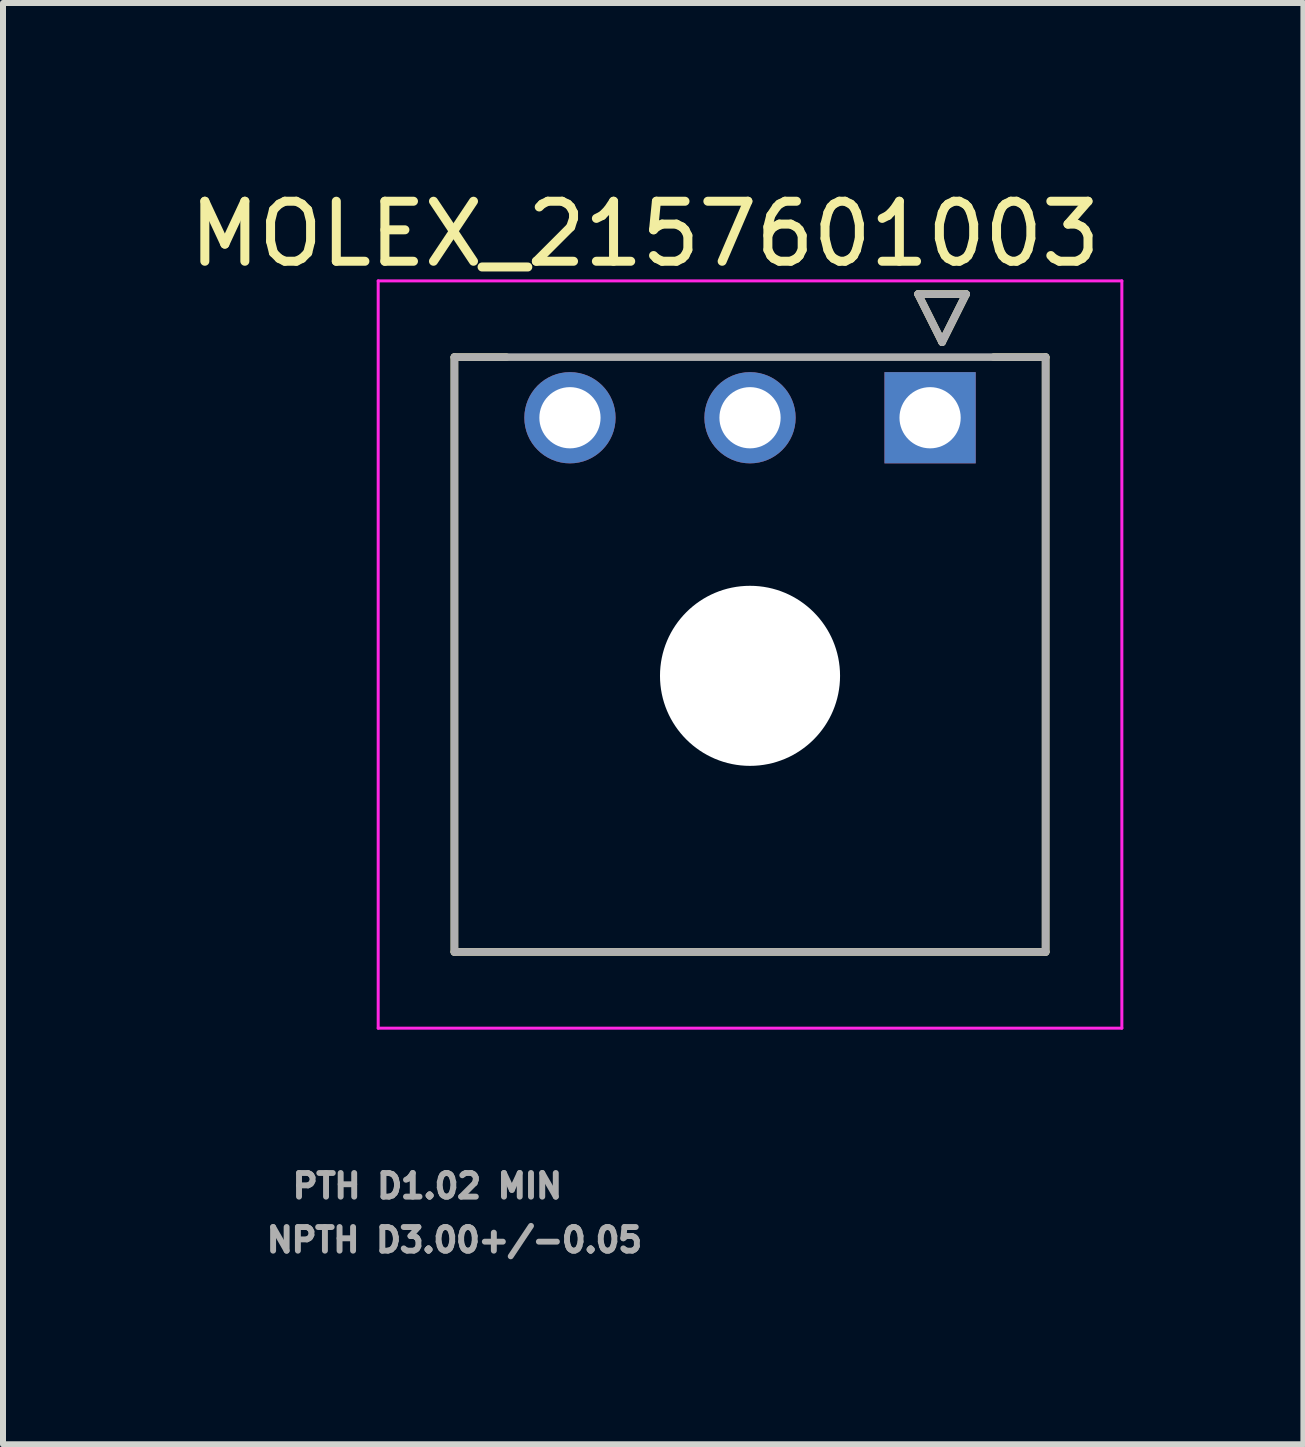
<source format=kicad_pcb>
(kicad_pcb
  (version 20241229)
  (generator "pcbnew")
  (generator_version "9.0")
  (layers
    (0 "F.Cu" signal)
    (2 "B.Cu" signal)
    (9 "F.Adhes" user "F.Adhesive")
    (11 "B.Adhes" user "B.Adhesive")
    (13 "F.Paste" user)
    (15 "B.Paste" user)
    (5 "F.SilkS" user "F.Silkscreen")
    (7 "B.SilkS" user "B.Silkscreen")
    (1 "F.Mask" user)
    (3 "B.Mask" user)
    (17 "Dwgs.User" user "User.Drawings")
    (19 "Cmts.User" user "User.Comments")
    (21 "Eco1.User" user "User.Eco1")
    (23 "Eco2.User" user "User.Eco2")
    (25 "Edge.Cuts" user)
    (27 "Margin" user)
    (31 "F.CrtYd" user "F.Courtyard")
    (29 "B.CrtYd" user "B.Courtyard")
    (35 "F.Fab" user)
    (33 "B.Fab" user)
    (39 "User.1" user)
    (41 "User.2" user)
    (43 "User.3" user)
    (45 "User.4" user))
  (footprint "MOLEX_2157601003"
    (layer "F.Cu")
    (at 12.446 3.91)
    (property "Reference" "MOLEX_2157601003" (at -4.75 -3.062 0) (layer "F.SilkS") (effects (font (size 1 1) (thickness 0.15))))
    (attr through_hole)
    (fp_circle (center -6 0) (end -5.582 0) (stroke (width 0.836) (type solid)) (fill no) (layer "F.Mask"))
    (fp_circle (center -3 0) (end -2.582 0) (stroke (width 0.836) (type solid)) (fill no) (layer "F.Mask"))
    (fp_circle (center -3 4.3) (end -2.212 4.3) (stroke (width 1.576) (type solid)) (fill no) (layer "F.Mask"))
    (fp_poly (pts (xy -0.836 -0.836) (xy 0.836 -0.836) (xy 0.836 0.836) (xy -0.836 0.836)) (stroke (width 0.01) (type solid)) (fill yes) (layer "F.Mask"))
    (fp_circle (center -6 0) (end -5.582 0) (stroke (width 0.836) (type solid)) (fill no) (layer "B.Mask"))
    (fp_circle (center -3 0) (end -2.582 0) (stroke (width 0.836) (type solid)) (fill no) (layer "B.Mask"))
    (fp_circle (center -3 4.3) (end -2.212 4.3) (stroke (width 1.576) (type solid)) (fill no) (layer "B.Mask"))
    (fp_poly (pts (xy -0.836 -0.836) (xy 0.836 -0.836) (xy 0.836 0.836) (xy -0.836 0.836)) (stroke (width 0.01) (type solid)) (fill yes) (layer "B.Mask"))
    (fp_line (start -7.925 -1.01) (end -7.925 8.9) (stroke (width 0.127) (type solid)) (layer "F.SilkS"))
    (fp_line (start -7.925 -1.01) (end -7.06 -1.01) (stroke (width 0.127) (type solid)) (layer "F.SilkS"))
    (fp_line (start -0.2 -2.06) (end 0.6 -2.06) (stroke (width 0.127) (type solid)) (layer "F.SilkS"))
    (fp_line (start 0.2 -1.26) (end -0.2 -2.06) (stroke (width 0.127) (type solid)) (layer "F.SilkS"))
    (fp_line (start 0.6 -2.06) (end 0.2 -1.26) (stroke (width 0.127) (type solid)) (layer "F.SilkS"))
    (fp_line (start 1.925 -1.01) (end 1.06 -1.01) (stroke (width 0.127) (type solid)) (layer "F.SilkS"))
    (fp_line (start 1.925 -1.01) (end 1.925 8.9) (stroke (width 0.127) (type solid)) (layer "F.SilkS"))
    (fp_line (start 1.925 8.9) (end -7.925 8.9) (stroke (width 0.127) (type solid)) (layer "F.SilkS"))
    (fp_line (start -9.195 -2.28) (end 3.195 -2.28) (stroke (width 0.05) (type solid)) (layer "F.CrtYd"))
    (fp_line (start -9.195 10.17) (end -9.195 -2.28) (stroke (width 0.05) (type solid)) (layer "F.CrtYd"))
    (fp_line (start 3.195 10.17) (end -9.195 10.17) (stroke (width 0.05) (type solid)) (layer "F.CrtYd"))
    (fp_line (start 3.195 10.17) (end 3.195 -2.28) (stroke (width 0.05) (type solid)) (layer "F.CrtYd"))
    (fp_line (start -7.925 -1.01) (end 1.925 -1.01) (stroke (width 0.127) (type solid)) (layer "F.Fab"))
    (fp_line (start -7.925 8.9) (end -7.925 -1.01) (stroke (width 0.127) (type solid)) (layer "F.Fab"))
    (fp_line (start -0.2 -2.06) (end 0.6 -2.06) (stroke (width 0.127) (type solid)) (layer "F.Fab"))
    (fp_line (start 0.2 -1.26) (end -0.2 -2.06) (stroke (width 0.127) (type solid)) (layer "F.Fab"))
    (fp_line (start 0.6 -2.06) (end 0.2 -1.26) (stroke (width 0.127) (type solid)) (layer "F.Fab"))
    (fp_line (start 1.925 8.9) (end -7.925 8.9) (stroke (width 0.127) (type solid)) (layer "F.Fab"))
    (fp_line (start 1.925 8.9) (end 1.925 -1.01) (stroke (width 0.127) (type solid)) (layer "F.Fab"))
    (fp_text user "NPTH D3.00+/-0.05" (at -7.925 13.7 0) (layer "F.Fab") (effects (font (size 0.394 0.394) (thickness 0.15))))
    (fp_text user "PTH D1.02 MIN   " (at -7.925 12.8 0) (layer "F.Fab") (effects (font (size 0.394 0.394) (thickness 0.15))))
    (pad "" np_thru_hole circle (at -3 4.3) (size 3 3) (drill 3) (layers "*.Cu" "*.Mask"))
    (pad "1" thru_hole rect (at 0 0) (size 1.52 1.52) (drill 1.02) (layers "*.Cu"))
    (pad "2" thru_hole circle (at -3 0) (size 1.52 1.52) (drill 1.02) (layers "*.Cu"))
    (pad "3" thru_hole circle (at -6 0) (size 1.52 1.52) (drill 1.02) (layers "*.Cu")))
  (gr_rect
    (start -3 -3)
    (end 18.666 21.013)
    (stroke (width 0.1) (type default))
    (fill no)
    (layer "Edge.Cuts")))
</source>
